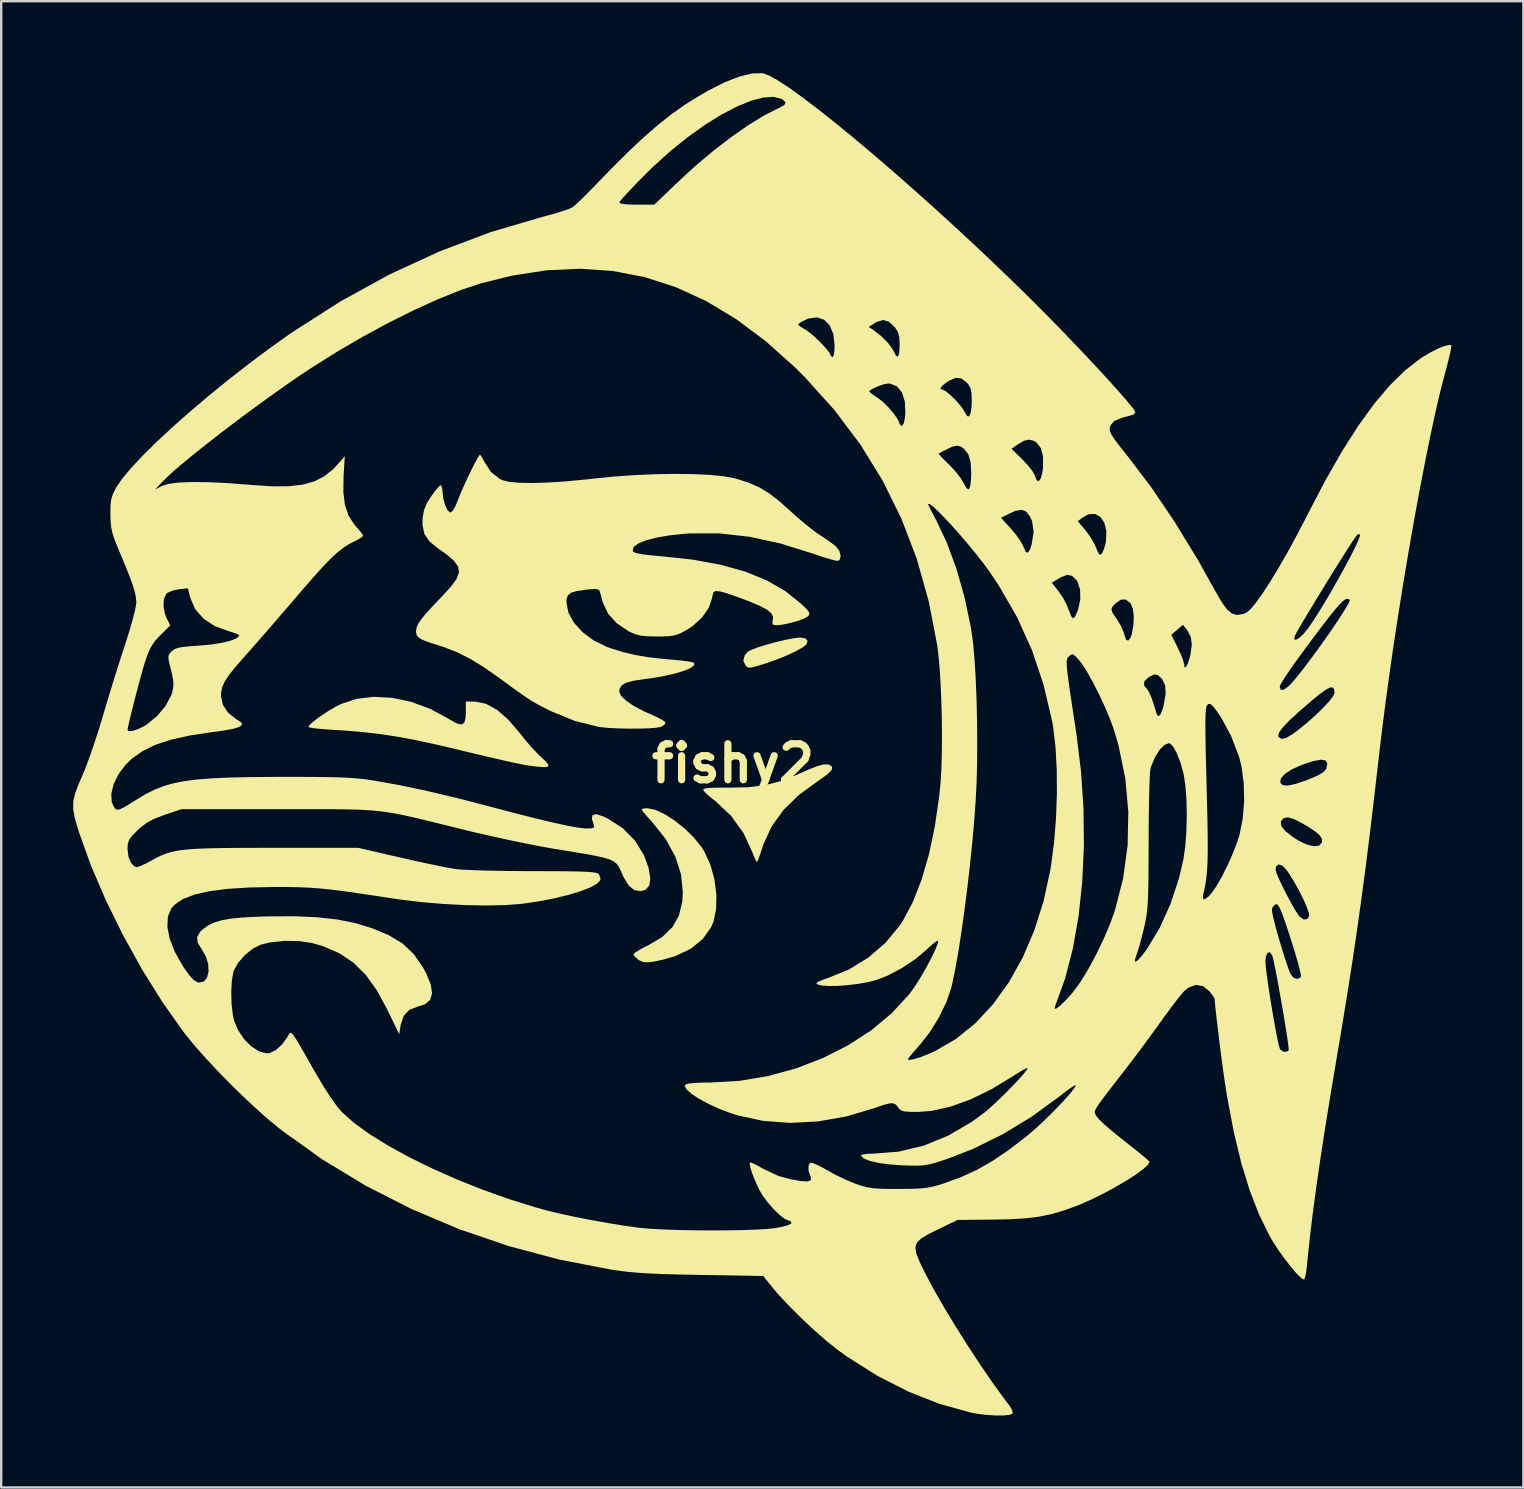
<source format=kicad_pcb>
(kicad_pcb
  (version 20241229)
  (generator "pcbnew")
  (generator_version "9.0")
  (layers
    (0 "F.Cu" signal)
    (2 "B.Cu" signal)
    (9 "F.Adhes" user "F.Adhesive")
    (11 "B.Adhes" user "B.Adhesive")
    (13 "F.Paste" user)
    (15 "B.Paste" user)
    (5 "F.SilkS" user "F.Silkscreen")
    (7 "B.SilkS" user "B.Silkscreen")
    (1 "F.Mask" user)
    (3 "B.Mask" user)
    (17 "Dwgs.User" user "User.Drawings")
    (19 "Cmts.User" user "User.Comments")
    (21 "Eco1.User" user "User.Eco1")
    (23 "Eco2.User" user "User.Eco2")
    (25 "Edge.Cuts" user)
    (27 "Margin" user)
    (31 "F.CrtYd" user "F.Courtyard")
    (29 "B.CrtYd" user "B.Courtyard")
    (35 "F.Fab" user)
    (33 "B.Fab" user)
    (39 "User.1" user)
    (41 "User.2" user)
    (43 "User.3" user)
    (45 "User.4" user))
  (footprint "fishy2"
    (layer "F.Cu")
    (at 27.493 28.762)
    (property "Reference" "fishy2" (at 0 0 0) (layer "F.SilkS") (effects (font (size 1.5 1.5) (thickness 0.3))))
    (attr board_only exclude_from_pos_files exclude_from_bom)
    (fp_poly (pts (xy 3.028 -5.207) (xy 3.108 -5.096) (xy 3.047 -4.951) (xy 2.893 -4.832) (xy 2.616 -4.679) (xy 2.256 -4.51) (xy 1.85 -4.343) (xy 1.438 -4.195) (xy 1.324 -4.158) (xy 0.995 -4.058) (xy 0.79 -4.003) (xy 0.67 -3.991) (xy 0.596 -4.016) (xy 0.529 -4.077) (xy 0.525 -4.081) (xy 0.429 -4.28) (xy 0.486 -4.504) (xy 0.603 -4.649) (xy 0.756 -4.733) (xy 1.032 -4.837) (xy 1.39 -4.949) (xy 1.787 -5.058) (xy 2.181 -5.152) (xy 2.53 -5.219) (xy 2.79 -5.249) (xy 2.816 -5.249)) (stroke (width 0) (type solid)) (fill yes) (layer "F.SilkS"))
    (fp_poly (pts (xy 3.999 0.048) (xy 4.129 0.132) (xy 4.115 0.259) (xy 3.953 0.435) (xy 3.638 0.666) (xy 3.539 0.731) (xy 2.739 1.314) (xy 2.1 1.94) (xy 1.613 2.616) (xy 1.274 3.349) (xy 1.233 3.471) (xy 1.137 3.765) (xy 1.056 3.989) (xy 1.007 4.1) (xy 1.005 4.104) (xy 0.957 4.055) (xy 0.877 3.885) (xy 0.808 3.702) (xy 0.438 2.903) (xy -0.075 2.19) (xy -0.72 1.578) (xy -0.853 1.477) (xy -1.07 1.301) (xy -1.212 1.154) (xy -1.248 1.076) (xy -1.149 1.035) (xy -0.891 1.011) (xy -0.484 1.004) (xy -0.207 1.007) (xy 0.619 0.991) (xy 1.341 0.901) (xy 2.013 0.727) (xy 2.687 0.458) (xy 2.709 0.448) (xy 3.176 0.239) (xy 3.521 0.106) (xy 3.768 0.041) (xy 3.944 0.036)) (stroke (width 0) (type solid)) (fill yes) (layer "F.SilkS"))
    (fp_poly (pts (xy -3.244 1.928) (xy -2.852 2.109) (xy -2.43 2.38) (xy -2.01 2.716) (xy -1.627 3.092) (xy -1.311 3.484) (xy -1.194 3.669) (xy -0.942 4.224) (xy -0.774 4.834) (xy -0.693 5.457) (xy -0.703 6.05) (xy -0.809 6.572) (xy -0.91 6.816) (xy -1.263 7.314) (xy -1.755 7.715) (xy -2.385 8.018) (xy -2.897 8.169) (xy -3.285 8.253) (xy -3.553 8.287) (xy -3.744 8.271) (xy -3.9 8.205) (xy -3.96 8.166) (xy -4.1 8.04) (xy -4.149 7.952) (xy -4.078 7.88) (xy -3.888 7.76) (xy -3.616 7.614) (xy -3.51 7.562) (xy -2.943 7.224) (xy -2.528 6.821) (xy -2.255 6.338) (xy -2.115 5.759) (xy -2.091 5.376) (xy -2.166 4.621) (xy -2.406 3.875) (xy -2.807 3.148) (xy -3.353 2.46) (xy -3.567 2.223) (xy -3.728 2.034) (xy -3.806 1.925) (xy -3.81 1.915) (xy -3.737 1.877) (xy -3.573 1.863)) (stroke (width 0) (type solid)) (fill yes) (layer "F.SilkS"))
    (fp_poly (pts (xy -14.204 -2.736) (xy -13.409 -2.567) (xy -12.618 -2.276) (xy -11.856 -1.864) (xy -11.836 -1.851) (xy -11.524 -1.674) (xy -11.317 -1.622) (xy -11.196 -1.701) (xy -11.141 -1.918) (xy -11.134 -2.119) (xy -11.134 -2.582) (xy -10.738 -2.577) (xy -10.293 -2.488) (xy -9.83 -2.233) (xy -9.353 -1.815) (xy -8.901 -1.285) (xy -8.632 -0.948) (xy -8.346 -0.621) (xy -8.092 -0.356) (xy -8.008 -0.278) (xy -7.794 -0.078) (xy -7.691 0.056) (xy -7.711 0.131) (xy -7.865 0.154) (xy -8.163 0.132) (xy -8.594 0.075) (xy -8.813 0.035) (xy -9.168 -0.04) (xy -9.632 -0.143) (xy -10.177 -0.269) (xy -10.774 -0.41) (xy -11.345 -0.548) (xy -12.344 -0.785) (xy -13.222 -0.974) (xy -14.018 -1.122) (xy -14.77 -1.235) (xy -15.519 -1.319) (xy -16.303 -1.381) (xy -16.658 -1.402) (xy -17.055 -1.428) (xy -17.381 -1.459) (xy -17.605 -1.491) (xy -17.695 -1.52) (xy -17.695 -1.522) (xy -17.627 -1.623) (xy -17.445 -1.782) (xy -17.185 -1.974) (xy -16.88 -2.175) (xy -16.566 -2.36) (xy -16.353 -2.47) (xy -15.702 -2.691) (xy -14.977 -2.779)) (stroke (width 0) (type solid)) (fill yes) (layer "F.SilkS"))
    (fp_poly (pts (xy -10.487 -12.801) (xy -10.394 -12.632) (xy -10.371 -12.584) (xy -10.091 -12.152) (xy -9.726 -11.862) (xy -9.6 -11.802) (xy -9.324 -11.734) (xy -8.902 -11.696) (xy -8.354 -11.687) (xy -7.701 -11.707) (xy -6.964 -11.754) (xy -6.164 -11.83) (xy -5.823 -11.868) (xy -4.993 -11.953) (xy -4.136 -12.014) (xy -3.28 -12.052) (xy -2.452 -12.067) (xy -1.679 -12.058) (xy -0.988 -12.025) (xy -0.406 -11.97) (xy 0.04 -11.89) (xy 0.098 -11.875) (xy 0.628 -11.708) (xy 1.076 -11.516) (xy 1.489 -11.269) (xy 1.915 -10.941) (xy 2.343 -10.558) (xy 2.695 -10.242) (xy 3.061 -9.935) (xy 3.392 -9.676) (xy 3.607 -9.526) (xy 3.892 -9.338) (xy 4.144 -9.158) (xy 4.297 -9.035) (xy 4.432 -8.849) (xy 4.485 -8.648) (xy 4.446 -8.491) (xy 4.381 -8.444) (xy 4.264 -8.456) (xy 4.023 -8.518) (xy 3.696 -8.618) (xy 3.344 -8.739) (xy 1.984 -9.165) (xy 0.689 -9.446) (xy -0.56 -9.586) (xy -1.781 -9.587) (xy -1.99 -9.574) (xy -2.625 -9.508) (xy -3.173 -9.415) (xy -3.618 -9.3) (xy -3.945 -9.168) (xy -4.138 -9.025) (xy -4.182 -8.876) (xy -4.16 -8.824) (xy -4.044 -8.769) (xy -3.77 -8.716) (xy -3.352 -8.666) (xy -2.993 -8.635) (xy -1.682 -8.494) (xy -0.517 -8.281) (xy 0.51 -7.994) (xy 1.406 -7.628) (xy 2.18 -7.182) (xy 2.824 -6.667) (xy 3.047 -6.453) (xy 3.16 -6.316) (xy 3.183 -6.225) (xy 3.133 -6.145) (xy 3.118 -6.129) (xy 2.96 -6.037) (xy 2.691 -5.939) (xy 2.368 -5.849) (xy 2.047 -5.783) (xy 1.793 -5.759) (xy 1.653 -5.786) (xy 1.642 -5.895) (xy 1.65 -5.923) (xy 1.671 -6.096) (xy 1.603 -6.25) (xy 1.429 -6.4) (xy 1.129 -6.562) (xy 0.685 -6.75) (xy 0.623 -6.774) (xy 0.233 -6.921) (xy -0.126 -7.047) (xy -0.408 -7.136) (xy -0.55 -7.171) (xy -0.725 -7.188) (xy -0.813 -7.135) (xy -0.86 -6.971) (xy -0.877 -6.874) (xy -1.016 -6.477) (xy -1.292 -6.085) (xy -1.673 -5.734) (xy -1.947 -5.554) (xy -2.19 -5.426) (xy -2.398 -5.348) (xy -2.628 -5.308) (xy -2.938 -5.294) (xy -3.175 -5.292) (xy -3.569 -5.3) (xy -3.851 -5.328) (xy -4.079 -5.387) (xy -4.309 -5.489) (xy -4.368 -5.52) (xy -4.846 -5.844) (xy -5.204 -6.24) (xy -5.417 -6.683) (xy -5.425 -6.708) (xy -5.493 -6.958) (xy -5.546 -7.148) (xy -5.557 -7.186) (xy -5.614 -7.249) (xy -5.761 -7.27) (xy -6.031 -7.253) (xy -6.114 -7.244) (xy -6.5 -7.188) (xy -6.746 -7.116) (xy -6.882 -7.007) (xy -6.936 -6.844) (xy -6.943 -6.725) (xy -6.862 -6.294) (xy -6.633 -5.871) (xy -6.276 -5.476) (xy -5.812 -5.132) (xy -5.262 -4.86) (xy -5.113 -4.806) (xy -4.588 -4.643) (xy -4.075 -4.52) (xy -3.521 -4.427) (xy -2.872 -4.354) (xy -2.559 -4.328) (xy -2.191 -4.293) (xy -1.887 -4.255) (xy -1.686 -4.218) (xy -1.628 -4.196) (xy -1.619 -4.098) (xy -1.756 -3.987) (xy -2.021 -3.87) (xy -2.391 -3.756) (xy -2.846 -3.65) (xy -3.366 -3.559) (xy -3.669 -3.518) (xy -4.129 -3.45) (xy -4.444 -3.368) (xy -4.634 -3.26) (xy -4.725 -3.114) (xy -4.741 -2.985) (xy -4.666 -2.818) (xy -4.456 -2.616) (xy -4.139 -2.4) (xy -3.741 -2.188) (xy -3.522 -2.09) (xy -3.212 -1.952) (xy -2.969 -1.825) (xy -2.831 -1.732) (xy -2.813 -1.709) (xy -2.858 -1.612) (xy -3.004 -1.525) (xy -3.188 -1.49) (xy -3.5 -1.466) (xy -3.898 -1.454) (xy -4.341 -1.452) (xy -4.787 -1.462) (xy -5.197 -1.483) (xy -5.527 -1.515) (xy -5.602 -1.526) (xy -6.592 -1.773) (xy -7.589 -2.181) (xy -7.655 -2.214) (xy -7.933 -2.354) (xy -8.164 -2.477) (xy -8.377 -2.6) (xy -8.602 -2.744) (xy -8.867 -2.928) (xy -9.204 -3.17) (xy -9.642 -3.491) (xy -9.737 -3.56) (xy -10.387 -4.016) (xy -10.965 -4.369) (xy -11.513 -4.642) (xy -12.073 -4.857) (xy -12.243 -4.912) (xy -12.656 -5.044) (xy -12.932 -5.15) (xy -13.098 -5.246) (xy -13.181 -5.347) (xy -13.207 -5.47) (xy -13.208 -5.506) (xy -13.191 -5.647) (xy -13.129 -5.801) (xy -13.007 -5.988) (xy -12.809 -6.231) (xy -12.519 -6.55) (xy -12.135 -6.953) (xy -11.761 -7.36) (xy -11.522 -7.687) (xy -11.419 -7.961) (xy -11.455 -8.207) (xy -11.631 -8.452) (xy -11.951 -8.723) (xy -12.298 -8.966) (xy -12.654 -9.258) (xy -12.862 -9.57) (xy -12.941 -9.943) (xy -12.935 -10.216) (xy -12.878 -10.551) (xy -12.749 -10.859) (xy -12.577 -11.133) (xy -12.404 -11.37) (xy -12.261 -11.537) (xy -12.182 -11.599) (xy -12.13 -11.525) (xy -12.103 -11.345) (xy -12.103 -11.324) (xy -12.07 -11.029) (xy -11.993 -10.754) (xy -11.892 -10.547) (xy -11.783 -10.457) (xy -11.773 -10.456) (xy -11.676 -10.533) (xy -11.557 -10.744) (xy -11.468 -10.964) (xy -11.366 -11.222) (xy -11.227 -11.542) (xy -11.067 -11.889) (xy -10.903 -12.229) (xy -10.752 -12.528) (xy -10.631 -12.75) (xy -10.555 -12.862) (xy -10.544 -12.869)) (stroke (width 0) (type solid)) (fill yes) (layer "F.SilkS"))
    (fp_poly (pts (xy 1.247 -28.758) (xy 1.496 -28.669) (xy 1.856 -28.469) (xy 2.317 -28.168) (xy 2.869 -27.773) (xy 3.501 -27.294) (xy 4.205 -26.737) (xy 4.97 -26.112) (xy 5.786 -25.427) (xy 6.642 -24.691) (xy 7.531 -23.911) (xy 8.44 -23.097) (xy 9.361 -22.256) (xy 10.283 -21.398) (xy 11.196 -20.53) (xy 12.091 -19.661) (xy 12.58 -19.177) (xy 13.108 -18.647) (xy 13.645 -18.097) (xy 14.179 -17.542) (xy 14.697 -16.997) (xy 15.185 -16.474) (xy 15.631 -15.99) (xy 16.021 -15.557) (xy 16.342 -15.19) (xy 16.582 -14.904) (xy 16.726 -14.712) (xy 16.764 -14.636) (xy 16.697 -14.544) (xy 16.658 -14.527) (xy 16.515 -14.488) (xy 16.283 -14.424) (xy 16.189 -14.398) (xy 15.879 -14.265) (xy 15.732 -14.096) (xy 15.695 -13.983) (xy 15.699 -13.865) (xy 15.759 -13.718) (xy 15.887 -13.517) (xy 16.098 -13.237) (xy 16.403 -12.854) (xy 16.425 -12.827) (xy 17.417 -11.522) (xy 18.403 -10.066) (xy 19.371 -8.479) (xy 20.098 -7.178) (xy 20.358 -6.727) (xy 20.582 -6.42) (xy 20.792 -6.245) (xy 21.007 -6.186) (xy 21.248 -6.229) (xy 21.384 -6.283) (xy 21.551 -6.418) (xy 21.781 -6.689) (xy 22.062 -7.083) (xy 22.387 -7.582) (xy 22.743 -8.17) (xy 23.123 -8.832) (xy 23.515 -9.553) (xy 23.91 -10.315) (xy 23.96 -10.415) (xy 24.68 -11.793) (xy 25.376 -13.009) (xy 26.051 -14.07) (xy 26.711 -14.981) (xy 27.359 -15.748) (xy 27.999 -16.376) (xy 28.635 -16.871) (xy 28.702 -16.915) (xy 29.046 -17.122) (xy 29.376 -17.288) (xy 29.659 -17.4) (xy 29.859 -17.443) (xy 29.932 -17.425) (xy 29.926 -17.333) (xy 29.88 -17.107) (xy 29.801 -16.777) (xy 29.697 -16.373) (xy 29.64 -16.163) (xy 29.458 -15.455) (xy 29.259 -14.599) (xy 29.047 -13.613) (xy 28.825 -12.518) (xy 28.597 -11.333) (xy 28.367 -10.077) (xy 28.138 -8.769) (xy 27.914 -7.43) (xy 27.699 -6.079) (xy 27.495 -4.735) (xy 27.398 -4.064) (xy 27.301 -3.37) (xy 27.2 -2.621) (xy 27.102 -1.869) (xy 27.014 -1.166) (xy 26.942 -0.564) (xy 26.925 -0.423) (xy 26.729 1.29) (xy 26.541 2.867) (xy 26.356 4.339) (xy 26.169 5.739) (xy 25.978 7.099) (xy 25.776 8.451) (xy 25.559 9.827) (xy 25.324 11.259) (xy 25.187 12.065) (xy 24.918 13.664) (xy 24.683 15.113) (xy 24.48 16.427) (xy 24.306 17.621) (xy 24.16 18.711) (xy 24.039 19.712) (xy 23.94 20.638) (xy 23.916 20.892) (xy 23.88 21.189) (xy 23.836 21.407) (xy 23.795 21.504) (xy 23.79 21.505) (xy 23.673 21.439) (xy 23.488 21.257) (xy 23.257 20.989) (xy 23.003 20.664) (xy 22.747 20.309) (xy 22.513 19.952) (xy 22.366 19.702) (xy 21.923 18.805) (xy 21.529 17.794) (xy 21.18 16.658) (xy 20.871 15.384) (xy 20.601 13.961) (xy 20.494 13.292) (xy 20.44 12.92) (xy 20.378 12.467) (xy 20.313 11.966) (xy 20.248 11.45) (xy 20.188 10.952) (xy 20.135 10.504) (xy 20.095 10.138) (xy 20.072 9.888) (xy 20.067 9.807) (xy 20.017 9.711) (xy 19.892 9.544) (xy 19.847 9.489) (xy 19.578 9.276) (xy 19.282 9.226) (xy 18.976 9.339) (xy 18.821 9.461) (xy 18.685 9.613) (xy 18.477 9.872) (xy 18.222 10.208) (xy 17.943 10.589) (xy 17.826 10.753) (xy 17.477 11.238) (xy 17.071 11.789) (xy 16.657 12.341) (xy 16.284 12.827) (xy 16.264 12.853) (xy 15.879 13.348) (xy 15.586 13.727) (xy 15.374 14.009) (xy 15.228 14.211) (xy 15.138 14.351) (xy 15.09 14.446) (xy 15.072 14.514) (xy 15.071 14.541) (xy 15.112 14.655) (xy 15.243 14.818) (xy 15.475 15.042) (xy 15.82 15.338) (xy 16.289 15.716) (xy 16.491 15.875) (xy 16.814 16.131) (xy 17.082 16.35) (xy 17.271 16.512) (xy 17.355 16.595) (xy 17.357 16.6) (xy 17.284 16.727) (xy 17.081 16.91) (xy 16.773 17.134) (xy 16.384 17.385) (xy 15.938 17.647) (xy 15.458 17.907) (xy 14.97 18.149) (xy 14.498 18.359) (xy 14.393 18.402) (xy 13.821 18.614) (xy 13.292 18.771) (xy 12.763 18.881) (xy 12.19 18.952) (xy 11.529 18.991) (xy 10.88 19.004) (xy 9.356 19.018) (xy 8.546 19.41) (xy 8.125 19.619) (xy 7.831 19.796) (xy 7.658 19.969) (xy 7.596 20.169) (xy 7.638 20.425) (xy 7.775 20.768) (xy 8 21.228) (xy 8.035 21.296) (xy 8.372 21.93) (xy 8.792 22.659) (xy 9.269 23.447) (xy 9.78 24.256) (xy 10.301 25.051) (xy 10.809 25.792) (xy 11.281 26.445) (xy 11.528 26.767) (xy 11.632 26.944) (xy 11.651 27.076) (xy 11.647 27.085) (xy 11.528 27.138) (xy 11.283 27.165) (xy 10.949 27.167) (xy 10.567 27.143) (xy 10.177 27.095) (xy 9.914 27.047) (xy 8.612 26.686) (xy 7.302 26.17) (xy 6.01 25.511) (xy 4.759 24.72) (xy 4.386 24.451) (xy 3.904 24.069) (xy 3.368 23.6) (xy 2.82 23.087) (xy 2.303 22.57) (xy 1.859 22.09) (xy 1.678 21.876) (xy 1.256 21.355) (xy -1.341 21.311) (xy -2.173 21.295) (xy -2.865 21.276) (xy -3.442 21.252) (xy -3.932 21.221) (xy -4.364 21.183) (xy -4.764 21.134) (xy -5.071 21.089) (xy -7.235 20.671) (xy -9.354 20.106) (xy -11.413 19.402) (xy -13.4 18.563) (xy -15.3 17.595) (xy -17.101 16.505) (xy -18.789 15.298) (xy -18.965 15.16) (xy -19.504 14.709) (xy -20.102 14.168) (xy -20.728 13.567) (xy -21.349 12.941) (xy -21.935 12.319) (xy -22.452 11.736) (xy -22.869 11.222) (xy -22.89 11.195) (xy -23.774 9.943) (xy -24.623 8.583) (xy -25.416 7.155) (xy -26.133 5.698) (xy -26.753 4.253) (xy -27.254 2.858) (xy -27.296 2.726) (xy -27.427 2.273) (xy -27.493 1.909) (xy -27.49 1.585) (xy -27.417 1.259) (xy -25.906 1.259) (xy -25.888 1.608) (xy -25.79 1.822) (xy -25.725 1.898) (xy -25.65 1.929) (xy -25.537 1.905) (xy -25.359 1.816) (xy -25.087 1.652) (xy -24.809 1.477) (xy -24.456 1.267) (xy -24.104 1.09) (xy -23.735 0.945) (xy -23.331 0.828) (xy -22.873 0.737) (xy -22.342 0.668) (xy -21.72 0.618) (xy -20.987 0.586) (xy -20.126 0.567) (xy -19.118 0.559) (xy -18.923 0.558) (xy -18.083 0.558) (xy -17.39 0.561) (xy -16.82 0.568) (xy -16.351 0.581) (xy -15.959 0.6) (xy -15.622 0.626) (xy -15.316 0.66) (xy -15.019 0.702) (xy -14.987 0.707) (xy -13.9 0.901) (xy -12.705 1.154) (xy -11.387 1.469) (xy -10.202 1.776) (xy -9.145 2.055) (xy -8.245 2.283) (xy -7.5 2.462) (xy -6.905 2.591) (xy -6.458 2.673) (xy -6.156 2.707) (xy -6.108 2.708) (xy -5.882 2.7) (xy -5.789 2.662) (xy -5.795 2.578) (xy -5.802 2.561) (xy -5.884 2.295) (xy -5.851 2.146) (xy -5.699 2.114) (xy -5.427 2.197) (xy -5.207 2.3) (xy -4.585 2.705) (xy -4.081 3.219) (xy -3.709 3.826) (xy -3.519 4.353) (xy -3.447 4.777) (xy -3.487 5.077) (xy -3.64 5.258) (xy -3.839 5.319) (xy -4.107 5.28) (xy -4.342 5.091) (xy -4.555 4.743) (xy -4.595 4.657) (xy -4.679 4.464) (xy -4.755 4.31) (xy -4.843 4.186) (xy -4.963 4.086) (xy -5.132 4.002) (xy -5.371 3.927) (xy -5.699 3.853) (xy -6.135 3.772) (xy -6.698 3.678) (xy -7.408 3.563) (xy -7.451 3.556) (xy -7.992 3.46) (xy -8.651 3.331) (xy -9.38 3.179) (xy -10.132 3.014) (xy -10.86 2.846) (xy -11.218 2.759) (xy -11.977 2.571) (xy -12.617 2.413) (xy -13.159 2.281) (xy -13.628 2.175) (xy -14.045 2.09) (xy -14.434 2.025) (xy -14.818 1.977) (xy -15.218 1.944) (xy -15.659 1.922) (xy -16.162 1.91) (xy -16.751 1.905) (xy -17.448 1.904) (xy -18.277 1.905) (xy -18.923 1.905) (xy -22.987 1.905) (xy -23.692 2.143) (xy -24.108 2.301) (xy -24.422 2.466) (xy -24.695 2.675) (xy -24.813 2.784) (xy -25.039 3.013) (xy -25.165 3.185) (xy -25.219 3.353) (xy -25.231 3.564) (xy -25.191 3.885) (xy -25.086 4.142) (xy -24.936 4.294) (xy -24.844 4.318) (xy -24.707 4.278) (xy -24.481 4.176) (xy -24.276 4.068) (xy -24.044 3.94) (xy -23.826 3.834) (xy -23.605 3.747) (xy -23.363 3.677) (xy -23.083 3.623) (xy -22.747 3.582) (xy -22.337 3.553) (xy -21.836 3.534) (xy -21.226 3.522) (xy -20.49 3.516) (xy -19.609 3.514) (xy -19.177 3.514) (xy -15.621 3.514) (xy -13.885 3.914) (xy -13.322 4.041) (xy -12.774 4.161) (xy -12.277 4.264) (xy -11.868 4.345) (xy -11.583 4.395) (xy -11.557 4.399) (xy -11.322 4.421) (xy -10.945 4.44) (xy -10.452 4.457) (xy -9.87 4.471) (xy -9.226 4.48) (xy -8.548 4.485) (xy -8.329 4.486) (xy -7.575 4.487) (xy -6.973 4.491) (xy -6.505 4.499) (xy -6.156 4.51) (xy -5.907 4.527) (xy -5.741 4.549) (xy -5.64 4.577) (xy -5.589 4.613) (xy -5.523 4.777) (xy -5.532 4.863) (xy -5.665 5.008) (xy -5.944 5.163) (xy -6.346 5.319) (xy -6.846 5.472) (xy -7.424 5.614) (xy -8.054 5.737) (xy -8.715 5.836) (xy -8.831 5.85) (xy -9.497 5.901) (xy -10.289 5.917) (xy -11.164 5.9) (xy -12.083 5.852) (xy -13.003 5.774) (xy -13.886 5.667) (xy -14.139 5.63) (xy -14.985 5.5) (xy -15.69 5.396) (xy -16.282 5.313) (xy -16.788 5.251) (xy -17.234 5.206) (xy -17.648 5.175) (xy -18.056 5.157) (xy -18.485 5.148) (xy -18.962 5.145) (xy -19.092 5.145) (xy -20.162 5.166) (xy -21.073 5.225) (xy -21.832 5.324) (xy -22.445 5.465) (xy -22.918 5.648) (xy -23.258 5.875) (xy -23.401 6.032) (xy -23.548 6.374) (xy -23.57 6.806) (xy -23.472 7.306) (xy -23.256 7.856) (xy -22.928 8.435) (xy -22.879 8.509) (xy -22.652 8.826) (xy -22.477 9.018) (xy -22.327 9.11) (xy -22.252 9.128) (xy -22.048 9.083) (xy -21.914 8.918) (xy -21.853 8.666) (xy -21.868 8.364) (xy -21.962 8.044) (xy -22.13 7.753) (xy -22.304 7.468) (xy -22.332 7.235) (xy -22.212 7.022) (xy -22.094 6.91) (xy -21.873 6.75) (xy -21.619 6.626) (xy -21.307 6.532) (xy -20.913 6.463) (xy -20.413 6.415) (xy -19.782 6.384) (xy -19.358 6.371) (xy -18.278 6.365) (xy -17.335 6.406) (xy -16.503 6.498) (xy -15.754 6.647) (xy -15.063 6.855) (xy -14.404 7.128) (xy -14.337 7.159) (xy -13.767 7.503) (xy -13.298 7.948) (xy -12.905 8.521) (xy -12.786 8.744) (xy -12.595 9.21) (xy -12.54 9.577) (xy -12.62 9.851) (xy -12.839 10.036) (xy -13.129 10.128) (xy -13.488 10.265) (xy -13.726 10.52) (xy -13.85 10.898) (xy -13.851 10.903) (xy -13.908 11.284) (xy -14.412 10.242) (xy -14.843 9.449) (xy -15.304 8.807) (xy -15.815 8.3) (xy -16.396 7.91) (xy -17.065 7.619) (xy -17.526 7.484) (xy -18.074 7.4) (xy -18.689 7.391) (xy -19.29 7.456) (xy -19.685 7.551) (xy -20.018 7.721) (xy -20.349 7.992) (xy -20.627 8.314) (xy -20.805 8.639) (xy -20.821 8.691) (xy -20.884 9.062) (xy -20.908 9.528) (xy -20.894 10.021) (xy -20.843 10.472) (xy -20.788 10.72) (xy -20.614 11.128) (xy -20.363 11.495) (xy -20.064 11.793) (xy -19.747 11.996) (xy -19.439 12.077) (xy -19.31 12.066) (xy -19.052 11.942) (xy -18.787 11.704) (xy -18.567 11.399) (xy -18.541 11.351) (xy -18.499 11.271) (xy -18.459 11.224) (xy -18.41 11.225) (xy -18.341 11.289) (xy -18.239 11.433) (xy -18.094 11.67) (xy -17.894 12.017) (xy -17.627 12.488) (xy -17.469 12.768) (xy -17.097 13.4) (xy -16.76 13.926) (xy -16.468 14.327) (xy -16.293 14.529) (xy -15.791 14.975) (xy -15.143 15.444) (xy -14.37 15.923) (xy -13.491 16.405) (xy -12.528 16.878) (xy -11.501 17.333) (xy -10.43 17.76) (xy -9.335 18.15) (xy -8.238 18.492) (xy -7.789 18.617) (xy -7.274 18.743) (xy -6.642 18.88) (xy -5.942 19.018) (xy -5.225 19.147) (xy -4.542 19.258) (xy -3.943 19.341) (xy -3.91 19.345) (xy -3.488 19.384) (xy -2.946 19.414) (xy -2.316 19.437) (xy -1.632 19.45) (xy -0.926 19.456) (xy -0.232 19.453) (xy 0.419 19.441) (xy 0.993 19.421) (xy 1.456 19.392) (xy 1.729 19.362) (xy 2.061 19.3) (xy 2.307 19.231) (xy 2.429 19.166) (xy 2.435 19.156) (xy 2.399 19.066) (xy 2.332 19.05) (xy 2.169 18.985) (xy 1.945 18.813) (xy 1.691 18.567) (xy 1.439 18.28) (xy 1.223 17.986) (xy 1.104 17.781) (xy 0.931 17.412) (xy 0.798 17.078) (xy 0.715 16.813) (xy 0.694 16.651) (xy 0.706 16.623) (xy 0.794 16.641) (xy 0.985 16.732) (xy 1.236 16.877) (xy 1.249 16.885) (xy 1.899 17.19) (xy 2.399 17.325) (xy 2.82 17.399) (xy 3.093 17.416) (xy 3.234 17.374) (xy 3.253 17.271) (xy 3.221 17.194) (xy 3.144 16.962) (xy 3.148 16.751) (xy 3.221 16.635) (xy 3.33 16.65) (xy 3.541 16.74) (xy 3.814 16.885) (xy 3.894 16.933) (xy 4.282 17.146) (xy 4.724 17.356) (xy 5.096 17.508) (xy 5.365 17.599) (xy 5.604 17.661) (xy 5.857 17.7) (xy 6.166 17.72) (xy 6.575 17.727) (xy 6.9 17.728) (xy 7.398 17.723) (xy 7.773 17.709) (xy 8.071 17.679) (xy 8.338 17.627) (xy 8.621 17.548) (xy 8.805 17.489) (xy 9.512 17.23) (xy 10.167 16.929) (xy 10.809 16.563) (xy 11.476 16.112) (xy 12.205 15.552) (xy 12.292 15.481) (xy 12.586 15.23) (xy 12.91 14.932) (xy 13.241 14.609) (xy 13.56 14.285) (xy 13.844 13.98) (xy 14.073 13.718) (xy 14.225 13.521) (xy 14.279 13.411) (xy 14.274 13.399) (xy 14.198 13.434) (xy 14.02 13.554) (xy 13.77 13.74) (xy 13.575 13.893) (xy 12.437 14.721) (xy 11.232 15.45) (xy 10.002 16.058) (xy 8.908 16.482) (xy 8.512 16.611) (xy 8.211 16.695) (xy 7.948 16.741) (xy 7.666 16.758) (xy 7.307 16.753) (xy 7.034 16.743) (xy 6.511 16.706) (xy 6.056 16.642) (xy 5.692 16.557) (xy 5.444 16.456) (xy 5.337 16.347) (xy 5.334 16.328) (xy 5.411 16.29) (xy 5.611 16.264) (xy 5.847 16.256) (xy 6.907 16.172) (xy 7.948 15.922) (xy 8.963 15.508) (xy 9.945 14.933) (xy 10.47 14.548) (xy 10.712 14.343) (xy 11 14.079) (xy 11.308 13.781) (xy 11.611 13.475) (xy 11.884 13.187) (xy 12.102 12.943) (xy 12.24 12.767) (xy 12.277 12.694) (xy 12.212 12.703) (xy 12.041 12.792) (xy 11.792 12.944) (xy 11.663 13.029) (xy 10.772 13.571) (xy 9.894 13.998) (xy 9.049 14.303) (xy 8.258 14.477) (xy 7.715 14.518) (xy 7.362 14.515) (xy 7.138 14.497) (xy 7.002 14.455) (xy 6.915 14.379) (xy 6.879 14.33) (xy 6.786 14.214) (xy 6.675 14.158) (xy 6.511 14.164) (xy 6.26 14.23) (xy 5.895 14.357) (xy 4.717 14.708) (xy 3.537 14.914) (xy 2.375 14.975) (xy 1.251 14.891) (xy 0.185 14.66) (xy -0.095 14.57) (xy -0.575 14.388) (xy -1.021 14.184) (xy -1.411 13.973) (xy -1.721 13.77) (xy -1.928 13.588) (xy -2.01 13.443) (xy -1.998 13.391) (xy -1.881 13.342) (xy -1.6 13.309) (xy -1.153 13.294) (xy -0.931 13.293) (xy 0.265 13.224) (xy 1.457 13.025) (xy 2.625 12.705) (xy 3.605 12.327) (xy 7.281 12.327) (xy 7.352 12.354) (xy 7.544 12.319) (xy 7.825 12.23) (xy 8.161 12.097) (xy 8.424 11.979) (xy 9.293 11.475) (xy 10.099 10.822) (xy 10.664 10.215) (xy 13.398 10.215) (xy 13.47 10.21) (xy 13.617 10.103) (xy 13.822 9.909) (xy 14.067 9.642) (xy 14.187 9.5) (xy 14.491 9.081) (xy 14.819 8.542) (xy 15.003 8.197) (xy 16.738 8.197) (xy 16.76 8.263) (xy 16.818 8.229) (xy 22.183 8.229) (xy 22.196 8.44) (xy 22.234 8.767) (xy 22.291 9.181) (xy 22.362 9.649) (xy 22.441 10.143) (xy 22.524 10.63) (xy 22.606 11.08) (xy 22.68 11.463) (xy 22.743 11.747) (xy 22.789 11.902) (xy 22.798 11.917) (xy 22.946 12.013) (xy 23.1 11.995) (xy 23.152 11.945) (xy 23.149 11.846) (xy 23.12 11.611) (xy 23.069 11.266) (xy 23.001 10.841) (xy 22.922 10.364) (xy 22.835 9.865) (xy 22.747 9.372) (xy 22.663 8.913) (xy 22.586 8.517) (xy 22.523 8.213) (xy 22.477 8.03) (xy 22.469 8.006) (xy 22.376 7.87) (xy 22.28 7.881) (xy 22.207 8.018) (xy 22.183 8.229) (xy 16.818 8.229) (xy 16.859 8.204) (xy 17.022 8.028) (xy 17.239 7.741) (xy 17.253 7.72) (xy 17.778 6.849) (xy 18.124 6.083) (xy 22.451 6.083) (xy 22.467 6.222) (xy 22.526 6.488) (xy 22.618 6.846) (xy 22.734 7.26) (xy 22.864 7.697) (xy 22.997 8.122) (xy 23.124 8.501) (xy 23.213 8.742) (xy 23.335 8.912) (xy 23.497 8.978) (xy 23.64 8.921) (xy 23.665 8.889) (xy 23.657 8.785) (xy 23.603 8.547) (xy 23.509 8.202) (xy 23.384 7.777) (xy 23.24 7.318) (xy 23.064 6.778) (xy 22.926 6.382) (xy 22.821 6.111) (xy 22.738 5.947) (xy 22.671 5.87) (xy 22.621 5.859) (xy 22.499 5.955) (xy 22.451 6.083) (xy 18.124 6.083) (xy 18.224 5.861) (xy 18.299 5.636) (xy 19.579 5.636) (xy 19.658 5.656) (xy 19.809 5.544) (xy 19.937 5.405) (xy 20.138 5.119) (xy 20.368 4.717) (xy 20.513 4.426) (xy 22.606 4.426) (xy 22.645 4.568) (xy 22.75 4.817) (xy 22.901 5.136) (xy 23.077 5.484) (xy 23.26 5.824) (xy 23.428 6.117) (xy 23.564 6.324) (xy 23.601 6.371) (xy 23.779 6.503) (xy 23.925 6.48) (xy 24.003 6.351) (xy 23.985 6.207) (xy 23.896 5.955) (xy 23.751 5.63) (xy 23.569 5.268) (xy 23.366 4.905) (xy 23.161 4.576) (xy 23.057 4.427) (xy 22.88 4.25) (xy 22.726 4.207) (xy 22.627 4.296) (xy 22.606 4.426) (xy 20.513 4.426) (xy 20.604 4.245) (xy 20.824 3.748) (xy 21.007 3.274) (xy 21.099 2.987) (xy 21.213 2.429) (xy 22.823 2.429) (xy 22.845 2.603) (xy 23.016 2.818) (xy 23.325 3.063) (xy 23.576 3.221) (xy 23.915 3.382) (xy 24.207 3.449) (xy 24.423 3.42) (xy 24.534 3.295) (xy 24.538 3.277) (xy 24.534 3.138) (xy 24.452 3) (xy 24.27 2.842) (xy 23.967 2.64) (xy 23.781 2.528) (xy 23.401 2.327) (xy 23.125 2.244) (xy 22.939 2.276) (xy 22.826 2.422) (xy 22.823 2.429) (xy 21.213 2.429) (xy 21.236 2.316) (xy 21.296 1.575) (xy 21.28 0.826) (xy 21.276 0.794) (xy 22.802 0.794) (xy 22.804 0.8) (xy 22.906 0.901) (xy 23.11 0.92) (xy 23.431 0.854) (xy 23.881 0.703) (xy 23.969 0.669) (xy 24.363 0.501) (xy 24.607 0.356) (xy 24.717 0.226) (xy 24.717 0.224) (xy 24.762 0.001) (xy 24.69 -0.126) (xy 24.496 -0.159) (xy 24.171 -0.099) (xy 23.72 0.049) (xy 23.303 0.233) (xy 22.999 0.428) (xy 22.827 0.62) (xy 22.802 0.794) (xy 21.276 0.794) (xy 21.188 0.128) (xy 21.093 -0.251) (xy 20.76 -1.128) (xy 20.748 -1.15) (xy 22.715 -1.15) (xy 22.731 -1.104) (xy 22.85 -1.023) (xy 23.043 -1.062) (xy 23.324 -1.228) (xy 23.487 -1.348) (xy 23.887 -1.671) (xy 24.261 -2.002) (xy 24.588 -2.318) (xy 24.845 -2.596) (xy 25.01 -2.814) (xy 25.061 -2.94) (xy 25.045 -3.093) (xy 24.987 -3.17) (xy 24.875 -3.165) (xy 24.694 -3.071) (xy 24.431 -2.881) (xy 24.074 -2.587) (xy 23.608 -2.183) (xy 23.598 -2.175) (xy 23.189 -1.8) (xy 22.91 -1.511) (xy 22.755 -1.298) (xy 22.715 -1.15) (xy 20.748 -1.15) (xy 20.342 -1.908) (xy 20.151 -2.19) (xy 19.988 -2.4) (xy 19.881 -2.487) (xy 19.799 -2.473) (xy 19.762 -2.442) (xy 19.732 -2.39) (xy 19.709 -2.292) (xy 19.693 -2.133) (xy 19.683 -1.897) (xy 19.681 -1.568) (xy 19.684 -1.131) (xy 19.694 -0.571) (xy 19.711 0.127) (xy 19.732 0.951) (xy 19.755 1.842) (xy 19.771 2.583) (xy 19.779 3.195) (xy 19.779 3.698) (xy 19.77 4.113) (xy 19.751 4.458) (xy 19.722 4.756) (xy 19.682 5.025) (xy 19.631 5.285) (xy 19.585 5.482) (xy 19.579 5.636) (xy 18.299 5.636) (xy 18.577 4.796) (xy 18.768 3.983) (xy 18.843 3.457) (xy 18.889 2.842) (xy 18.906 2.187) (xy 18.894 1.541) (xy 18.852 0.953) (xy 18.782 0.474) (xy 18.765 0.4) (xy 18.641 -0.039) (xy 18.499 -0.409) (xy 18.353 -0.682) (xy 18.216 -0.829) (xy 18.159 -0.847) (xy 17.969 -0.77) (xy 17.766 -0.561) (xy 17.576 -0.254) (xy 17.423 0.117) (xy 17.394 0.212) (xy 17.376 0.356) (xy 17.36 0.648) (xy 17.346 1.064) (xy 17.334 1.583) (xy 17.324 2.183) (xy 17.318 2.841) (xy 17.317 3.26) (xy 17.314 4.034) (xy 17.31 4.661) (xy 17.303 5.164) (xy 17.291 5.566) (xy 17.274 5.89) (xy 17.25 6.157) (xy 17.218 6.39) (xy 17.177 6.613) (xy 17.125 6.848) (xy 17.117 6.881) (xy 17.02 7.27) (xy 16.922 7.63) (xy 16.836 7.906) (xy 16.801 8) (xy 16.738 8.197) (xy 15.003 8.197) (xy 15.15 7.924) (xy 15.462 7.269) (xy 15.734 6.62) (xy 15.913 6.118) (xy 16.255 4.786) (xy 16.441 3.412) (xy 16.47 2.015) (xy 16.343 0.616) (xy 16.06 -0.763) (xy 15.866 -1.42) (xy 15.704 -1.862) (xy 15.493 -2.361) (xy 15.252 -2.878) (xy 15.061 -3.254) (xy 17.127 -3.254) (xy 17.225 -3.137) (xy 17.319 -3.001) (xy 17.426 -2.765) (xy 17.486 -2.597) (xy 17.57 -2.33) (xy 17.636 -2.121) (xy 17.659 -2.048) (xy 17.723 -1.967) (xy 17.805 -2.038) (xy 17.894 -2.248) (xy 17.939 -2.407) (xy 18.025 -2.893) (xy 18.008 -3.196) (xy 22.777 -3.196) (xy 22.821 -3.068) (xy 22.947 -3.074) (xy 23.139 -3.211) (xy 23.252 -3.323) (xy 23.489 -3.6) (xy 23.792 -3.983) (xy 24.135 -4.439) (xy 24.496 -4.935) (xy 24.85 -5.436) (xy 25.172 -5.91) (xy 25.44 -6.322) (xy 25.629 -6.64) (xy 25.644 -6.668) (xy 25.701 -6.808) (xy 25.649 -6.855) (xy 25.582 -6.858) (xy 25.508 -6.836) (xy 25.406 -6.762) (xy 25.268 -6.624) (xy 25.082 -6.41) (xy 24.839 -6.107) (xy 24.528 -5.704) (xy 24.141 -5.189) (xy 23.666 -4.548) (xy 23.621 -4.487) (xy 23.34 -4.098) (xy 23.099 -3.747) (xy 22.914 -3.461) (xy 22.802 -3.266) (xy 22.777 -3.196) (xy 18.008 -3.196) (xy 18.005 -3.261) (xy 17.878 -3.522) (xy 17.861 -3.54) (xy 17.694 -3.688) (xy 17.543 -3.708) (xy 17.342 -3.609) (xy 17.311 -3.589) (xy 17.135 -3.42) (xy 17.127 -3.254) (xy 15.061 -3.254) (xy 15 -3.373) (xy 14.758 -3.808) (xy 14.543 -4.145) (xy 14.443 -4.276) (xy 14.27 -4.469) (xy 14.162 -4.549) (xy 14.078 -4.534) (xy 14.001 -4.467) (xy 13.959 -4.424) (xy 13.927 -4.374) (xy 13.907 -4.3) (xy 13.901 -4.186) (xy 13.91 -4.015) (xy 13.935 -3.771) (xy 13.978 -3.435) (xy 14.041 -2.992) (xy 14.126 -2.425) (xy 14.234 -1.716) (xy 14.305 -1.252) (xy 14.499 0.322) (xy 14.603 1.892) (xy 14.62 3.437) (xy 14.55 4.935) (xy 14.396 6.367) (xy 14.158 7.713) (xy 13.839 8.95) (xy 13.44 10.058) (xy 13.419 10.106) (xy 13.398 10.215) (xy 10.664 10.215) (xy 10.835 10.031) (xy 11.495 9.114) (xy 12.071 8.083) (xy 12.556 6.947) (xy 12.943 5.72) (xy 13.226 4.411) (xy 13.248 4.276) (xy 13.375 3.308) (xy 13.457 2.286) (xy 13.495 1.252) (xy 13.488 0.247) (xy 13.436 -0.69) (xy 13.338 -1.518) (xy 13.299 -1.747) (xy 12.937 -3.289) (xy 12.452 -4.731) (xy 11.832 -6.102) (xy 11.065 -7.428) (xy 10.996 -7.531) (xy 13.282 -7.531) (xy 13.542 -7.202) (xy 13.746 -6.912) (xy 13.916 -6.584) (xy 14.084 -6.155) (xy 14.087 -6.145) (xy 14.159 -6.045) (xy 14.247 -6.109) (xy 14.352 -6.339) (xy 14.379 -6.419) (xy 15.765 -6.419) (xy 15.813 -6.276) (xy 15.958 -6.058) (xy 16 -6.001) (xy 16.163 -5.732) (xy 16.281 -5.459) (xy 16.306 -5.363) (xy 16.376 -5.158) (xy 16.467 -5.118) (xy 16.563 -5.24) (xy 16.605 -5.362) (xy 18.261 -5.362) (xy 18.528 -4.826) (xy 18.663 -4.535) (xy 18.759 -4.285) (xy 18.796 -4.131) (xy 18.796 -4.13) (xy 18.817 -4.005) (xy 18.872 -4.02) (xy 18.945 -4.155) (xy 19.022 -4.387) (xy 19.056 -4.522) (xy 19.116 -4.944) (xy 19.087 -5.174) (xy 23.384 -5.174) (xy 23.453 -5.154) (xy 23.588 -5.231) (xy 23.761 -5.39) (xy 23.944 -5.609) (xy 24.157 -5.916) (xy 24.404 -6.302) (xy 24.674 -6.744) (xy 24.954 -7.219) (xy 25.23 -7.705) (xy 25.49 -8.177) (xy 25.722 -8.615) (xy 25.914 -8.993) (xy 26.051 -9.291) (xy 26.122 -9.485) (xy 26.124 -9.549) (xy 26.032 -9.546) (xy 25.998 -9.519) (xy 25.913 -9.404) (xy 25.755 -9.168) (xy 25.54 -8.833) (xy 25.281 -8.424) (xy 24.994 -7.964) (xy 24.693 -7.477) (xy 24.392 -6.987) (xy 24.107 -6.517) (xy 23.851 -6.091) (xy 23.639 -5.733) (xy 23.487 -5.466) (xy 23.407 -5.314) (xy 23.403 -5.304) (xy 23.384 -5.174) (xy 19.087 -5.174) (xy 19.075 -5.272) (xy 18.926 -5.552) (xy 18.898 -5.587) (xy 18.744 -5.778) (xy 18.503 -5.57) (xy 18.261 -5.362) (xy 16.605 -5.362) (xy 16.612 -5.382) (xy 16.683 -5.758) (xy 16.697 -6.134) (xy 16.656 -6.457) (xy 16.564 -6.675) (xy 16.554 -6.687) (xy 16.356 -6.834) (xy 16.153 -6.823) (xy 15.944 -6.674) (xy 15.81 -6.535) (xy 15.765 -6.419) (xy 14.379 -6.419) (xy 14.382 -6.426) (xy 14.47 -6.848) (xy 14.46 -7.248) (xy 14.354 -7.573) (xy 14.303 -7.651) (xy 14.122 -7.822) (xy 13.928 -7.86) (xy 13.678 -7.769) (xy 13.562 -7.702) (xy 13.282 -7.531) (xy 10.996 -7.531) (xy 10.718 -7.948) (xy 10.462 -8.3) (xy 10.162 -8.686) (xy 9.833 -9.088) (xy 9.493 -9.487) (xy 9.158 -9.866) (xy 8.844 -10.206) (xy 8.814 -10.236) (xy 11.167 -10.236) (xy 11.588 -9.775) (xy 11.814 -9.502) (xy 12.001 -9.229) (xy 12.107 -9.017) (xy 12.197 -8.817) (xy 12.284 -8.783) (xy 12.373 -8.915) (xy 12.442 -9.126) (xy 12.525 -9.649) (xy 12.461 -10.094) (xy 12.461 -10.095) (xy 14.364 -10.095) (xy 14.673 -9.734) (xy 14.883 -9.447) (xy 15.065 -9.132) (xy 15.126 -8.995) (xy 15.217 -8.774) (xy 15.282 -8.692) (xy 15.345 -8.723) (xy 15.379 -8.765) (xy 15.459 -8.94) (xy 15.528 -9.197) (xy 15.542 -9.281) (xy 15.555 -9.697) (xy 15.47 -10.034) (xy 15.307 -10.274) (xy 15.084 -10.397) (xy 14.819 -10.386) (xy 14.569 -10.252) (xy 14.364 -10.095) (xy 12.461 -10.095) (xy 12.362 -10.308) (xy 12.202 -10.503) (xy 12.013 -10.574) (xy 11.76 -10.524) (xy 11.507 -10.41) (xy 11.167 -10.236) (xy 8.814 -10.236) (xy 8.568 -10.489) (xy 8.345 -10.697) (xy 8.194 -10.813) (xy 8.129 -10.816) (xy 8.128 -10.806) (xy 8.165 -10.718) (xy 8.265 -10.519) (xy 8.408 -10.246) (xy 8.462 -10.145) (xy 8.911 -9.194) (xy 9.308 -8.115) (xy 9.641 -6.947) (xy 9.898 -5.727) (xy 9.949 -5.419) (xy 10.014 -4.892) (xy 10.07 -4.228) (xy 10.115 -3.456) (xy 10.148 -2.609) (xy 10.168 -1.716) (xy 10.175 -0.808) (xy 10.167 0.082) (xy 10.149 0.785) (xy 10.111 1.529) (xy 10.051 2.369) (xy 9.97 3.278) (xy 9.872 4.227) (xy 9.762 5.188) (xy 9.641 6.132) (xy 9.515 7.031) (xy 9.386 7.856) (xy 9.258 8.58) (xy 9.134 9.174) (xy 9.09 9.356) (xy 8.884 9.955) (xy 8.573 10.592) (xy 8.192 11.206) (xy 7.778 11.732) (xy 7.555 11.983) (xy 7.384 12.185) (xy 7.291 12.308) (xy 7.281 12.327) (xy 3.605 12.327) (xy 3.745 12.273) (xy 4.797 11.741) (xy 5.759 11.117) (xy 6.609 10.411) (xy 7.325 9.633) (xy 7.398 9.54) (xy 7.607 9.243) (xy 7.832 8.883) (xy 8.055 8.494) (xy 8.258 8.114) (xy 8.42 7.776) (xy 8.524 7.517) (xy 8.551 7.39) (xy 8.497 7.392) (xy 8.353 7.495) (xy 8.146 7.678) (xy 8.071 7.75) (xy 7.598 8.151) (xy 7.034 8.526) (xy 6.445 8.837) (xy 5.969 9.021) (xy 5.607 9.113) (xy 5.195 9.186) (xy 4.765 9.237) (xy 4.349 9.267) (xy 3.981 9.272) (xy 3.691 9.251) (xy 3.513 9.203) (xy 3.471 9.15) (xy 3.545 9.095) (xy 3.738 9.014) (xy 3.958 8.939) (xy 4.831 8.583) (xy 5.637 8.088) (xy 6.349 7.473) (xy 6.943 6.758) (xy 7.078 6.552) (xy 7.491 5.774) (xy 7.853 4.85) (xy 8.16 3.799) (xy 8.406 2.638) (xy 8.588 1.386) (xy 8.644 0.831) (xy 8.681 0.244) (xy 8.701 -0.455) (xy 8.706 -1.228) (xy 8.696 -2.035) (xy 8.671 -2.837) (xy 8.634 -3.595) (xy 8.584 -4.27) (xy 8.523 -4.823) (xy 8.511 -4.911) (xy 8.152 -6.767) (xy 7.655 -8.528) (xy 7.017 -10.198) (xy 6.235 -11.784) (xy 5.54 -12.911) (xy 8.568 -12.911) (xy 8.612 -12.846) (xy 8.752 -12.697) (xy 8.959 -12.493) (xy 8.999 -12.455) (xy 9.253 -12.188) (xy 9.474 -11.907) (xy 9.611 -11.681) (xy 9.728 -11.47) (xy 9.816 -11.419) (xy 9.878 -11.532) (xy 9.914 -11.809) (xy 9.925 -12.086) (xy 9.901 -12.552) (xy 9.802 -12.888) (xy 9.622 -13.114) (xy 11.602 -13.114) (xy 12.062 -12.665) (xy 12.294 -12.416) (xy 12.478 -12.179) (xy 12.574 -12.004) (xy 12.578 -11.992) (xy 12.654 -11.799) (xy 12.739 -11.764) (xy 12.821 -11.875) (xy 12.888 -12.123) (xy 12.913 -12.307) (xy 12.918 -12.781) (xy 12.823 -13.145) (xy 12.633 -13.386) (xy 12.505 -13.455) (xy 12.313 -13.494) (xy 12.116 -13.444) (xy 11.859 -13.292) (xy 11.833 -13.274) (xy 11.602 -13.114) (xy 9.622 -13.114) (xy 9.617 -13.119) (xy 9.484 -13.207) (xy 9.334 -13.246) (xy 9.14 -13.2) (xy 8.955 -13.115) (xy 8.738 -13.004) (xy 8.595 -12.928) (xy 8.568 -12.911) (xy 5.54 -12.911) (xy 5.305 -13.291) (xy 4.226 -14.726) (xy 3.529 -15.499) (xy 5.675 -15.499) (xy 5.742 -15.431) (xy 5.91 -15.311) (xy 6.021 -15.24) (xy 6.239 -15.073) (xy 6.474 -14.84) (xy 6.693 -14.584) (xy 6.86 -14.346) (xy 6.94 -14.167) (xy 6.943 -14.142) (xy 7.003 -14.07) (xy 7.048 -14.075) (xy 7.116 -14.179) (xy 7.165 -14.419) (xy 7.18 -14.604) (xy 7.157 -15.086) (xy 7.039 -15.46) (xy 6.905 -15.624) (xy 8.638 -15.624) (xy 8.707 -15.579) (xy 8.723 -15.579) (xy 8.851 -15.518) (xy 9.044 -15.362) (xy 9.262 -15.151) (xy 9.464 -14.923) (xy 9.614 -14.719) (xy 9.655 -14.64) (xy 9.754 -14.473) (xy 9.838 -14.464) (xy 9.902 -14.604) (xy 9.94 -14.883) (xy 9.947 -15.109) (xy 9.937 -15.428) (xy 9.896 -15.638) (xy 9.807 -15.795) (xy 9.743 -15.868) (xy 9.516 -16.042) (xy 9.279 -16.068) (xy 8.998 -15.948) (xy 8.917 -15.896) (xy 8.711 -15.734) (xy 8.638 -15.624) (xy 6.905 -15.624) (xy 6.834 -15.712) (xy 6.551 -15.827) (xy 6.461 -15.833) (xy 6.289 -15.802) (xy 6.068 -15.728) (xy 5.855 -15.634) (xy 5.708 -15.545) (xy 5.675 -15.499) (xy 3.529 -15.499) (xy 2.993 -16.095) (xy 2.572 -16.514) (xy 1.361 -17.597) (xy 0.427 -18.294) (xy 2.709 -18.294) (xy 2.777 -18.225) (xy 2.945 -18.116) (xy 3.014 -18.078) (xy 3.201 -17.948) (xy 3.431 -17.751) (xy 3.668 -17.52) (xy 3.876 -17.295) (xy 4.019 -17.109) (xy 4.064 -17.009) (xy 4.129 -16.935) (xy 4.149 -16.933) (xy 4.194 -17.01) (xy 4.225 -17.21) (xy 4.233 -17.429) (xy 4.18 -17.894) (xy 4.055 -18.192) (xy 5.651 -18.192) (xy 5.852 -18.058) (xy 6.179 -17.804) (xy 6.463 -17.517) (xy 6.659 -17.247) (xy 6.693 -17.176) (xy 6.796 -16.982) (xy 6.873 -16.954) (xy 6.923 -17.089) (xy 6.942 -17.385) (xy 6.943 -17.435) (xy 6.928 -17.755) (xy 6.871 -17.975) (xy 6.754 -18.161) (xy 6.732 -18.187) (xy 6.491 -18.411) (xy 6.256 -18.479) (xy 5.993 -18.398) (xy 5.922 -18.358) (xy 5.651 -18.192) (xy 4.055 -18.192) (xy 4.03 -18.252) (xy 3.799 -18.488) (xy 3.501 -18.589) (xy 3.152 -18.541) (xy 3.052 -18.502) (xy 2.846 -18.398) (xy 2.723 -18.316) (xy 2.709 -18.294) (xy 0.427 -18.294) (xy 0.134 -18.513) (xy -1.111 -19.262) (xy -2.381 -19.846) (xy -3.679 -20.265) (xy -5.01 -20.521) (xy -6.377 -20.615) (xy -7.785 -20.548) (xy -9.239 -20.321) (xy -10.499 -20.007) (xy -11.33 -19.732) (xy -12.264 -19.358) (xy -13.275 -18.9) (xy -14.336 -18.371) (xy -15.422 -17.784) (xy -16.507 -17.151) (xy -17.565 -16.486) (xy -17.907 -16.26) (xy -18.556 -15.816) (xy -19.243 -15.33) (xy -19.949 -14.818) (xy -20.654 -14.295) (xy -21.337 -13.776) (xy -21.98 -13.275) (xy -22.562 -12.809) (xy -23.064 -12.393) (xy -23.465 -12.042) (xy -23.747 -11.77) (xy -23.749 -11.768) (xy -24.088 -11.411) (xy -23.791 -11.568) (xy -23.526 -11.651) (xy -23.109 -11.705) (xy -22.551 -11.728) (xy -21.868 -11.721) (xy -21.073 -11.684) (xy -20.179 -11.616) (xy -20.042 -11.604) (xy -19.204 -11.548) (xy -18.505 -11.552) (xy -17.923 -11.62) (xy -17.437 -11.758) (xy -17.024 -11.971) (xy -16.663 -12.263) (xy -16.502 -12.433) (xy -16.177 -12.802) (xy -16.228 -11.966) (xy -16.237 -11.303) (xy -16.17 -10.765) (xy -16.019 -10.325) (xy -15.778 -9.952) (xy -15.709 -9.873) (xy -15.54 -9.678) (xy -15.431 -9.533) (xy -15.409 -9.488) (xy -15.479 -9.419) (xy -15.652 -9.317) (xy -15.727 -9.28) (xy -15.971 -9.156) (xy -16.202 -9.013) (xy -16.438 -8.833) (xy -16.696 -8.601) (xy -16.994 -8.3) (xy -17.349 -7.914) (xy -17.778 -7.425) (xy -18.193 -6.943) (xy -18.632 -6.431) (xy -19.077 -5.915) (xy -19.502 -5.424) (xy -19.885 -4.986) (xy -20.2 -4.628) (xy -20.371 -4.435) (xy -20.742 -4.013) (xy -21.007 -3.681) (xy -21.182 -3.411) (xy -21.284 -3.177) (xy -21.33 -2.951) (xy -21.336 -2.805) (xy -21.256 -2.441) (xy -21.032 -2.107) (xy -20.692 -1.839) (xy -20.638 -1.81) (xy -20.479 -1.701) (xy -20.458 -1.605) (xy -20.581 -1.519) (xy -20.854 -1.439) (xy -21.286 -1.362) (xy -21.678 -1.31) (xy -22.616 -1.17) (xy -23.405 -0.996) (xy -24.062 -0.78) (xy -24.605 -0.516) (xy -25.053 -0.198) (xy -25.306 0.048) (xy -25.606 0.446) (xy -25.809 0.86) (xy -25.906 1.259) (xy -27.417 1.259) (xy -27.414 1.248) (xy -27.262 0.846) (xy -27.132 0.55) (xy -26.981 0.187) (xy -26.802 -0.294) (xy -26.611 -0.848) (xy -26.436 -1.388) (xy -25.231 -1.388) (xy -25.164 -1.34) (xy -24.993 -1.364) (xy -24.761 -1.445) (xy -24.511 -1.571) (xy -24.418 -1.63) (xy -23.993 -1.982) (xy -23.645 -2.4) (xy -23.41 -2.838) (xy -23.363 -2.98) (xy -23.319 -3.215) (xy -23.325 -3.455) (xy -23.384 -3.767) (xy -23.42 -3.91) (xy -23.497 -4.214) (xy -23.528 -4.401) (xy -23.514 -4.517) (xy -23.451 -4.61) (xy -23.39 -4.672) (xy -23.287 -4.754) (xy -23.147 -4.813) (xy -22.935 -4.854) (xy -22.618 -4.886) (xy -22.251 -4.911) (xy -21.755 -4.956) (xy -21.313 -5.025) (xy -20.951 -5.111) (xy -20.698 -5.208) (xy -20.579 -5.308) (xy -20.574 -5.333) (xy -20.648 -5.39) (xy -20.837 -5.461) (xy -20.966 -5.497) (xy -21.574 -5.716) (xy -22.058 -6.029) (xy -22.409 -6.429) (xy -22.616 -6.906) (xy -22.618 -6.912) (xy -22.716 -7.301) (xy -23.093 -7.258) (xy -23.357 -7.202) (xy -23.564 -7.112) (xy -23.608 -7.078) (xy -23.711 -6.87) (xy -23.732 -6.572) (xy -23.674 -6.243) (xy -23.588 -6.027) (xy -23.446 -5.753) (xy -23.855 -5.353) (xy -24.089 -5.101) (xy -24.258 -4.847) (xy -24.399 -4.529) (xy -24.487 -4.276) (xy -24.562 -4.03) (xy -24.66 -3.686) (xy -24.77 -3.278) (xy -24.886 -2.839) (xy -24.997 -2.404) (xy -25.096 -2.006) (xy -25.174 -1.68) (xy -25.22 -1.46) (xy -25.231 -1.388) (xy -26.436 -1.388) (xy -26.423 -1.428) (xy -26.281 -1.897) (xy -26.093 -2.529) (xy -25.878 -3.235) (xy -25.656 -3.949) (xy -25.446 -4.605) (xy -25.335 -4.945) (xy -25.158 -5.5) (xy -25.017 -5.988) (xy -24.917 -6.382) (xy -24.867 -6.655) (xy -24.863 -6.731) (xy -24.881 -6.931) (xy -24.931 -7.168) (xy -25.023 -7.466) (xy -25.164 -7.85) (xy -25.363 -8.343) (xy -25.575 -8.848) (xy -25.742 -9.255) (xy -25.849 -9.565) (xy -25.909 -9.835) (xy -25.936 -10.12) (xy -25.943 -10.372) (xy -25.939 -10.739) (xy -25.909 -11.002) (xy -25.839 -11.225) (xy -25.715 -11.474) (xy -25.704 -11.494) (xy -25.46 -11.856) (xy -25.091 -12.301) (xy -24.611 -12.814) (xy -24.034 -13.384) (xy -23.375 -13.997) (xy -22.649 -14.64) (xy -21.87 -15.301) (xy -21.052 -15.967) (xy -20.211 -16.625) (xy -19.361 -17.261) (xy -18.517 -17.864) (xy -18.373 -17.963) (xy -16.362 -19.251) (xy -14.31 -20.378) (xy -12.219 -21.342) (xy -10.091 -22.143) (xy -7.932 -22.778) (xy -7.916 -22.782) (xy -7.504 -22.893) (xy -7.137 -23.003) (xy -6.853 -23.101) (xy -6.696 -23.172) (xy -6.557 -23.286) (xy -6.467 -23.37) (xy -4.741 -23.37) (xy -4.661 -23.327) (xy -4.438 -23.297) (xy -4.097 -23.284) (xy -4.013 -23.283) (xy -3.284 -23.283) (xy -2.263 -24.261) (xy -1.542 -24.922) (xy -0.798 -25.546) (xy -0.058 -26.114) (xy 0.653 -26.608) (xy 1.309 -27.01) (xy 1.886 -27.301) (xy 1.926 -27.318) (xy 2.14 -27.437) (xy 2.188 -27.55) (xy 2.072 -27.663) (xy 2.038 -27.683) (xy 1.696 -27.775) (xy 1.258 -27.747) (xy 0.737 -27.609) (xy 0.148 -27.367) (xy -0.494 -27.03) (xy -1.175 -26.606) (xy -1.879 -26.103) (xy -2.594 -25.529) (xy -3.302 -24.892) (xy -3.662 -24.541) (xy -4.007 -24.189) (xy -4.307 -23.875) (xy -4.542 -23.62) (xy -4.693 -23.444) (xy -4.741 -23.37) (xy -6.467 -23.37) (xy -6.335 -23.492) (xy -6.061 -23.763) (xy -5.794 -24.037) (xy -5.017 -24.839) (xy -4.327 -25.523) (xy -3.704 -26.106) (xy -3.13 -26.605) (xy -2.588 -27.034) (xy -2.058 -27.412) (xy -1.813 -27.573) (xy -1.053 -28.028) (xy -0.357 -28.379) (xy 0.262 -28.621) (xy 0.791 -28.751) (xy 1.218 -28.762)) (stroke (width 0) (type solid)) (fill yes) (layer "F.SilkS")))
  (gr_rect
    (start -3 -3)
    (end 60.425 58.928)
    (stroke (width 0.1) (type default))
    (fill no)
    (layer "Edge.Cuts")))
</source>
